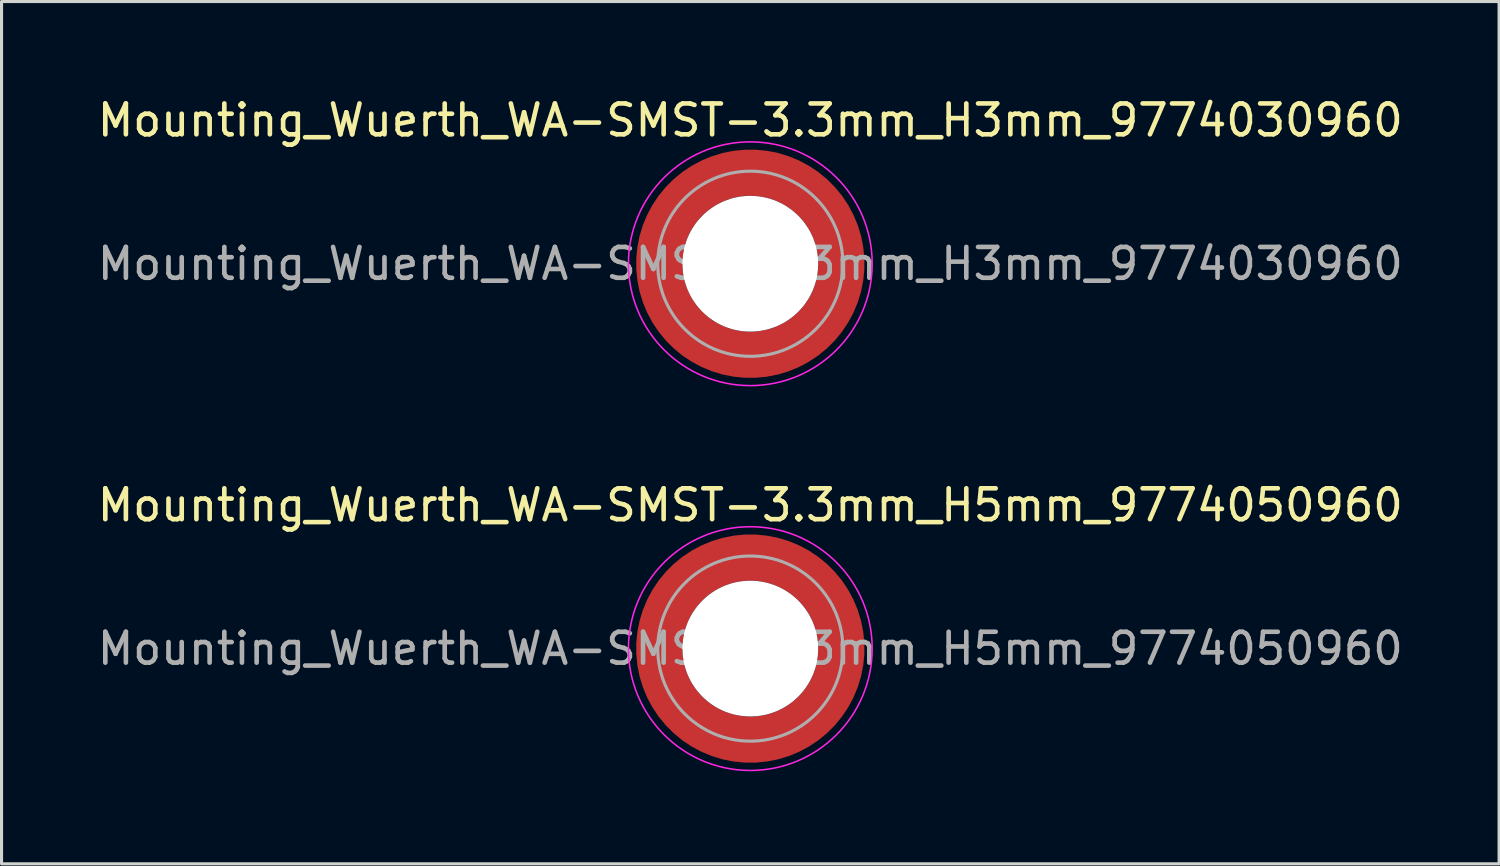
<source format=kicad_pcb>
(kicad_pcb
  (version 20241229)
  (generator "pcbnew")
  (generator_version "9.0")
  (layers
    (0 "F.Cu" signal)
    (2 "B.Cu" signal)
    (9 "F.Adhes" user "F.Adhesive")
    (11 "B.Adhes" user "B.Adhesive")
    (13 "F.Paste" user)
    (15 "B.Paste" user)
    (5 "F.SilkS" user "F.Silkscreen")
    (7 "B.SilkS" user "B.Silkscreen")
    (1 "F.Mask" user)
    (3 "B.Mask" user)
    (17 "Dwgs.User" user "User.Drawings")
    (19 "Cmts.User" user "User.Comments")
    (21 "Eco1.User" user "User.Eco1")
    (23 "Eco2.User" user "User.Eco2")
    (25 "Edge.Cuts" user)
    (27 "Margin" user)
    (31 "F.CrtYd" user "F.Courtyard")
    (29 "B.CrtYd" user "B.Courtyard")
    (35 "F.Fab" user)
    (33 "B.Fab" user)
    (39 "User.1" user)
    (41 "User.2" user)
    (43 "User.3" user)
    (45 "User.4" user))
  (footprint "Mounting_Wuerth_WA-SMST-3.3mm_H3mm_9774030960"
    (layer "F.Cu")
    (at 21.268 5.498)
    (property "Reference" "Mounting_Wuerth_WA-SMST-3.3mm_H3mm_9774030960" (at 0 -4.65 0) (layer "F.SilkS") (effects (font (size 1 1) (thickness 0.15))))
    (attr smd)
    (fp_circle (center 0 0) (end 3.95 0) (stroke (width 0.05) (type solid)) (fill no) (layer "F.CrtYd"))
    (fp_circle (center 0 0) (end 3 0) (stroke (width 0.1) (type solid)) (fill no) (layer "F.Fab"))
    (fp_text user "${REFERENCE}" (at 0 0 0) (layer "F.Fab") (effects (font (size 1 1) (thickness 0.15))))
    (pad "" smd custom (at -2.058 -2.058) (size 0.7 0.7) (layers "F.Paste") (options (anchor circle)) (primitives (gr_arc (start -0.377294 1.707681) (mid 0.317579 0.318817) (end 1.705947 -0.377044) (width 0.2)) (gr_arc (start -0.478281 1.707681) (mid 0.246161 0.248814) (end 1.703965 -0.477765) (width 0.2)) (gr_arc (start -0.579192 1.707681) (mid 0.175492 0.178063) (end 1.704077 -0.578711) (width 0.2)) (gr_arc (start -0.680037 1.707681) (mid 0.105568 0.106564) (end 1.706284 -0.679858) (width 0.2)) (gr_arc (start -0.780822 1.707681) (mid 0.034627 0.036085) (end 1.705634 -0.780569) (width 0.2)) (gr_arc (start -0.881554 1.707681) (mid -0.035694 -0.035016) (end 1.706729 -0.881441) (width 0.2)) (gr_arc (start -0.982237 1.707681) (mid -0.107281 -0.10485) (end 1.704266 -0.981842) (width 0.2)) (gr_arc (start -1.082877 1.707681) (mid -0.178372 -0.175181) (end 1.703197 -1.082374) (width 0.2)) (gr_arc (start -1.183476 1.707681) (mid -0.248964 -0.246008) (end 1.703525 -1.183025) (width 0.2)) (gr_arc (start -1.28404 1.707681) (mid -0.319062 -0.317333) (end 1.70525 -1.283784) (width 0.2)) (gr_line (start 1.708 -0.377) (end 1.708 -1.284) (width 0.2)) (gr_line (start -0.377 1.708) (end -1.284 1.708) (width 0.2))))
    (pad "" smd custom (at -2.058 2.058) (size 0.7 0.7) (layers "F.Paste") (options (anchor circle)) (primitives (gr_arc (start 1.707681 0.377294) (mid 0.318817 -0.317579) (end -0.377044 -1.705947) (width 0.2)) (gr_arc (start 1.707681 0.478281) (mid 0.248814 -0.246161) (end -0.477765 -1.703965) (width 0.2)) (gr_arc (start 1.707681 0.579192) (mid 0.178063 -0.175492) (end -0.578711 -1.704077) (width 0.2)) (gr_arc (start 1.707681 0.680037) (mid 0.106564 -0.105568) (end -0.679858 -1.706284) (width 0.2)) (gr_arc (start 1.707681 0.780822) (mid 0.036085 -0.034627) (end -0.780569 -1.705634) (width 0.2)) (gr_arc (start 1.707681 0.881554) (mid -0.035016 0.035694) (end -0.881441 -1.706729) (width 0.2)) (gr_arc (start 1.707681 0.982237) (mid -0.10485 0.107281) (end -0.981842 -1.704266) (width 0.2)) (gr_arc (start 1.707681 1.082877) (mid -0.175181 0.178372) (end -1.082374 -1.703197) (width 0.2)) (gr_arc (start 1.707681 1.183476) (mid -0.246008 0.248964) (end -1.183025 -1.703525) (width 0.2)) (gr_arc (start 1.707681 1.28404) (mid -0.317333 0.319062) (end -1.283784 -1.70525) (width 0.2)) (gr_line (start -0.377 -1.708) (end -1.284 -1.708) (width 0.2)) (gr_line (start 1.708 0.377) (end 1.708 1.284) (width 0.2))))
    (pad "" np_thru_hole circle (at 0 0) (size 4.4 4.4) (drill 4.4) (layers "*.Cu" "*.Mask"))
    (pad "" smd custom (at 2.058 -2.058) (size 0.7 0.7) (layers "F.Paste") (options (anchor circle)) (primitives (gr_arc (start -1.707681 -0.377294) (mid -0.318817 0.317579) (end 0.377044 1.705947) (width 0.2)) (gr_arc (start -1.707681 -0.478281) (mid -0.248814 0.246161) (end 0.477765 1.703965) (width 0.2)) (gr_arc (start -1.707681 -0.579192) (mid -0.178063 0.175492) (end 0.578711 1.704077) (width 0.2)) (gr_arc (start -1.707681 -0.680037) (mid -0.106564 0.105568) (end 0.679858 1.706284) (width 0.2)) (gr_arc (start -1.707681 -0.780822) (mid -0.036085 0.034627) (end 0.780569 1.705634) (width 0.2)) (gr_arc (start -1.707681 -0.881554) (mid 0.035016 -0.035694) (end 0.881441 1.706729) (width 0.2)) (gr_arc (start -1.707681 -0.982237) (mid 0.10485 -0.107281) (end 0.981842 1.704266) (width 0.2)) (gr_arc (start -1.707681 -1.082877) (mid 0.175181 -0.178372) (end 1.082374 1.703197) (width 0.2)) (gr_arc (start -1.707681 -1.183476) (mid 0.246008 -0.248964) (end 1.183025 1.703525) (width 0.2)) (gr_arc (start -1.707681 -1.28404) (mid 0.317333 -0.319062) (end 1.283784 1.70525) (width 0.2)) (gr_line (start 0.377 1.708) (end 1.284 1.708) (width 0.2)) (gr_line (start -1.708 -0.377) (end -1.708 -1.284) (width 0.2))))
    (pad "" smd custom (at 2.058 2.058) (size 0.7 0.7) (layers "F.Paste") (options (anchor circle)) (primitives (gr_arc (start 0.377294 -1.707681) (mid -0.317579 -0.318817) (end -1.705947 0.377044) (width 0.2)) (gr_arc (start 0.478281 -1.707681) (mid -0.246161 -0.248814) (end -1.703965 0.477765) (width 0.2)) (gr_arc (start 0.579192 -1.707681) (mid -0.175492 -0.178063) (end -1.704077 0.578711) (width 0.2)) (gr_arc (start 0.680037 -1.707681) (mid -0.105568 -0.106564) (end -1.706284 0.679858) (width 0.2)) (gr_arc (start 0.780822 -1.707681) (mid -0.034627 -0.036085) (end -1.705634 0.780569) (width 0.2)) (gr_arc (start 0.881554 -1.707681) (mid 0.035694 0.035016) (end -1.706729 0.881441) (width 0.2)) (gr_arc (start 0.982237 -1.707681) (mid 0.107281 0.10485) (end -1.704266 0.981842) (width 0.2)) (gr_arc (start 1.082877 -1.707681) (mid 0.178372 0.175181) (end -1.703197 1.082374) (width 0.2)) (gr_arc (start 1.183476 -1.707681) (mid 0.248964 0.246008) (end -1.703525 1.183025) (width 0.2)) (gr_arc (start 1.28404 -1.707681) (mid 0.319062 0.317333) (end -1.70525 1.283784) (width 0.2)) (gr_line (start -1.708 0.377) (end -1.708 1.284) (width 0.2)) (gr_line (start 0.377 -1.708) (end 1.284 -1.708) (width 0.2))))
    (pad "1" smd circle (at -2.95 0) (size 1.1 1.1) (layers "F.Cu"))
    (pad "1" smd circle (at 0 -2.95) (size 1.1 1.1) (layers "F.Cu"))
    (pad "1" smd circle (at 0 2.95) (size 1.1 1.1) (layers "F.Cu"))
    (pad "1" smd custom (at 2.95 0) (size 1.1 1.1) (layers "F.Cu" "F.Mask") (options (anchor circle)) (primitives (gr_circle (center -2.95 0) (end 0 0) (width 1.5) (fill no)))))
  (footprint "Mounting_Wuerth_WA-SMST-3.3mm_H5mm_9774050960"
    (layer "F.Cu")
    (at 21.268 17.971)
    (property "Reference" "Mounting_Wuerth_WA-SMST-3.3mm_H5mm_9774050960" (at 0 -4.65 0) (layer "F.SilkS") (effects (font (size 1 1) (thickness 0.15))))
    (attr smd)
    (fp_circle (center 0 0) (end 3.95 0) (stroke (width 0.05) (type solid)) (fill no) (layer "F.CrtYd"))
    (fp_circle (center 0 0) (end 3 0) (stroke (width 0.1) (type solid)) (fill no) (layer "F.Fab"))
    (fp_text user "${REFERENCE}" (at 0 0 0) (layer "F.Fab") (effects (font (size 1 1) (thickness 0.15))))
    (pad "" smd custom (at -2.058 -2.058) (size 0.7 0.7) (layers "F.Paste") (options (anchor circle)) (primitives (gr_arc (start -0.377294 1.707681) (mid 0.317579 0.318817) (end 1.705947 -0.377044) (width 0.2)) (gr_arc (start -0.478281 1.707681) (mid 0.246161 0.248814) (end 1.703965 -0.477765) (width 0.2)) (gr_arc (start -0.579192 1.707681) (mid 0.175492 0.178063) (end 1.704077 -0.578711) (width 0.2)) (gr_arc (start -0.680037 1.707681) (mid 0.105568 0.106564) (end 1.706284 -0.679858) (width 0.2)) (gr_arc (start -0.780822 1.707681) (mid 0.034627 0.036085) (end 1.705634 -0.780569) (width 0.2)) (gr_arc (start -0.881554 1.707681) (mid -0.035694 -0.035016) (end 1.706729 -0.881441) (width 0.2)) (gr_arc (start -0.982237 1.707681) (mid -0.107281 -0.10485) (end 1.704266 -0.981842) (width 0.2)) (gr_arc (start -1.082877 1.707681) (mid -0.178372 -0.175181) (end 1.703197 -1.082374) (width 0.2)) (gr_arc (start -1.183476 1.707681) (mid -0.248964 -0.246008) (end 1.703525 -1.183025) (width 0.2)) (gr_arc (start -1.28404 1.707681) (mid -0.319062 -0.317333) (end 1.70525 -1.283784) (width 0.2)) (gr_line (start 1.708 -0.377) (end 1.708 -1.284) (width 0.2)) (gr_line (start -0.377 1.708) (end -1.284 1.708) (width 0.2))))
    (pad "" smd custom (at -2.058 2.058) (size 0.7 0.7) (layers "F.Paste") (options (anchor circle)) (primitives (gr_arc (start 1.707681 0.377294) (mid 0.318817 -0.317579) (end -0.377044 -1.705947) (width 0.2)) (gr_arc (start 1.707681 0.478281) (mid 0.248814 -0.246161) (end -0.477765 -1.703965) (width 0.2)) (gr_arc (start 1.707681 0.579192) (mid 0.178063 -0.175492) (end -0.578711 -1.704077) (width 0.2)) (gr_arc (start 1.707681 0.680037) (mid 0.106564 -0.105568) (end -0.679858 -1.706284) (width 0.2)) (gr_arc (start 1.707681 0.780822) (mid 0.036085 -0.034627) (end -0.780569 -1.705634) (width 0.2)) (gr_arc (start 1.707681 0.881554) (mid -0.035016 0.035694) (end -0.881441 -1.706729) (width 0.2)) (gr_arc (start 1.707681 0.982237) (mid -0.10485 0.107281) (end -0.981842 -1.704266) (width 0.2)) (gr_arc (start 1.707681 1.082877) (mid -0.175181 0.178372) (end -1.082374 -1.703197) (width 0.2)) (gr_arc (start 1.707681 1.183476) (mid -0.246008 0.248964) (end -1.183025 -1.703525) (width 0.2)) (gr_arc (start 1.707681 1.28404) (mid -0.317333 0.319062) (end -1.283784 -1.70525) (width 0.2)) (gr_line (start -0.377 -1.708) (end -1.284 -1.708) (width 0.2)) (gr_line (start 1.708 0.377) (end 1.708 1.284) (width 0.2))))
    (pad "" np_thru_hole circle (at 0 0) (size 4.4 4.4) (drill 4.4) (layers "*.Cu" "*.Mask"))
    (pad "" smd custom (at 2.058 -2.058) (size 0.7 0.7) (layers "F.Paste") (options (anchor circle)) (primitives (gr_arc (start -1.707681 -0.377294) (mid -0.318817 0.317579) (end 0.377044 1.705947) (width 0.2)) (gr_arc (start -1.707681 -0.478281) (mid -0.248814 0.246161) (end 0.477765 1.703965) (width 0.2)) (gr_arc (start -1.707681 -0.579192) (mid -0.178063 0.175492) (end 0.578711 1.704077) (width 0.2)) (gr_arc (start -1.707681 -0.680037) (mid -0.106564 0.105568) (end 0.679858 1.706284) (width 0.2)) (gr_arc (start -1.707681 -0.780822) (mid -0.036085 0.034627) (end 0.780569 1.705634) (width 0.2)) (gr_arc (start -1.707681 -0.881554) (mid 0.035016 -0.035694) (end 0.881441 1.706729) (width 0.2)) (gr_arc (start -1.707681 -0.982237) (mid 0.10485 -0.107281) (end 0.981842 1.704266) (width 0.2)) (gr_arc (start -1.707681 -1.082877) (mid 0.175181 -0.178372) (end 1.082374 1.703197) (width 0.2)) (gr_arc (start -1.707681 -1.183476) (mid 0.246008 -0.248964) (end 1.183025 1.703525) (width 0.2)) (gr_arc (start -1.707681 -1.28404) (mid 0.317333 -0.319062) (end 1.283784 1.70525) (width 0.2)) (gr_line (start 0.377 1.708) (end 1.284 1.708) (width 0.2)) (gr_line (start -1.708 -0.377) (end -1.708 -1.284) (width 0.2))))
    (pad "" smd custom (at 2.058 2.058) (size 0.7 0.7) (layers "F.Paste") (options (anchor circle)) (primitives (gr_arc (start 0.377294 -1.707681) (mid -0.317579 -0.318817) (end -1.705947 0.377044) (width 0.2)) (gr_arc (start 0.478281 -1.707681) (mid -0.246161 -0.248814) (end -1.703965 0.477765) (width 0.2)) (gr_arc (start 0.579192 -1.707681) (mid -0.175492 -0.178063) (end -1.704077 0.578711) (width 0.2)) (gr_arc (start 0.680037 -1.707681) (mid -0.105568 -0.106564) (end -1.706284 0.679858) (width 0.2)) (gr_arc (start 0.780822 -1.707681) (mid -0.034627 -0.036085) (end -1.705634 0.780569) (width 0.2)) (gr_arc (start 0.881554 -1.707681) (mid 0.035694 0.035016) (end -1.706729 0.881441) (width 0.2)) (gr_arc (start 0.982237 -1.707681) (mid 0.107281 0.10485) (end -1.704266 0.981842) (width 0.2)) (gr_arc (start 1.082877 -1.707681) (mid 0.178372 0.175181) (end -1.703197 1.082374) (width 0.2)) (gr_arc (start 1.183476 -1.707681) (mid 0.248964 0.246008) (end -1.703525 1.183025) (width 0.2)) (gr_arc (start 1.28404 -1.707681) (mid 0.319062 0.317333) (end -1.70525 1.283784) (width 0.2)) (gr_line (start -1.708 0.377) (end -1.708 1.284) (width 0.2)) (gr_line (start 0.377 -1.708) (end 1.284 -1.708) (width 0.2))))
    (pad "1" smd circle (at -2.95 0) (size 1.1 1.1) (layers "F.Cu"))
    (pad "1" smd circle (at 0 -2.95) (size 1.1 1.1) (layers "F.Cu"))
    (pad "1" smd circle (at 0 2.95) (size 1.1 1.1) (layers "F.Cu"))
    (pad "1" smd custom (at 2.95 0) (size 1.1 1.1) (layers "F.Cu" "F.Mask") (options (anchor circle)) (primitives (gr_circle (center -2.95 0) (end 0 0) (width 1.5) (fill no)))))
  (gr_rect
    (start -3 -3)
    (end 45.536 24.947)
    (stroke (width 0.1) (type default))
    (fill no)
    (layer "Edge.Cuts")))
</source>
